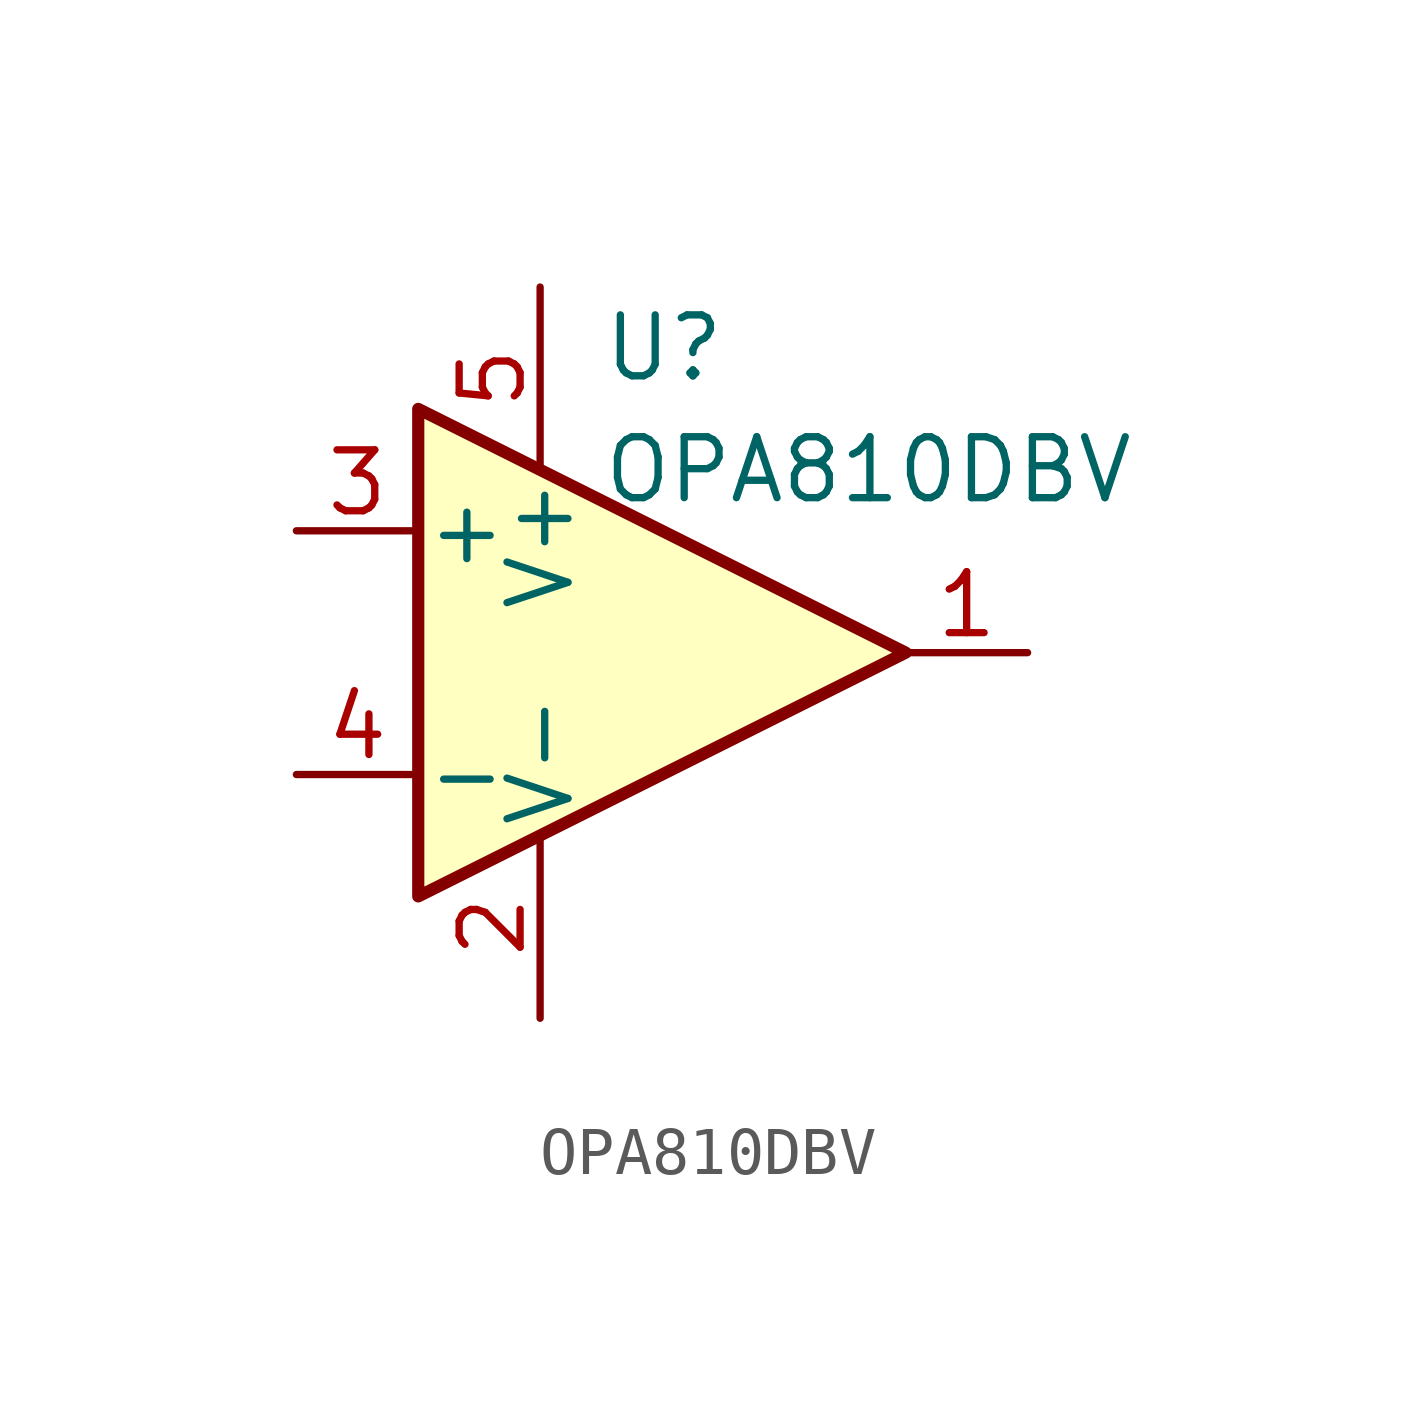
<source format=kicad_sym>
(kicad_symbol_lib
  (version 20211014)
  (generator kicad_symbol_editor)
  (symbol "OPA810DBV"
    (pin_names
      (offset 0.127))
    (property "Reference" "U"
      (at -1.27 6.35 0)
      (effects (font (size 1.27 1.27)) (justify left)))
    (property "Value" "OPA810DBV"
      (at -1.27 3.81 0)
      (effects (font (size 1.27 1.27)) (justify left)))
    (symbol "OPA810DBV_0_1"
      (polyline (pts (xy -5.08 5.08) (xy 5.08 0) (xy -5.08 -5.08) (xy -5.08 5.08)) (stroke (width 0.254) (type default) (color 0 0 0 0)) (fill (type background)))
      (pin power_in line (at -2.54 -7.62 90) (length 3.81) (name "V-" (effects (font (size 1.27 1.27)))) (number "2" (effects (font (size 1.27 1.27)))))
      (pin power_in line (at -2.54 7.62 270) (length 3.81) (name "V+" (effects (font (size 1.27 1.27)))) (number "5" (effects (font (size 1.27 1.27))))))
    (symbol "OPA810DBV_1_1"
      (pin output line (at 7.62 0 180) (length 2.54) (name "~" (effects (font (size 1.27 1.27)))) (number "1" (effects (font (size 1.27 1.27)))))
      (pin input line (at -7.62 2.54 0) (length 2.54) (name "+" (effects (font (size 1.27 1.27)))) (number "3" (effects (font (size 1.27 1.27)))))
      (pin input line (at -7.62 -2.54 0) (length 2.54) (name "-" (effects (font (size 1.27 1.27)))) (number "4" (effects (font (size 1.27 1.27))))))))
</source>
